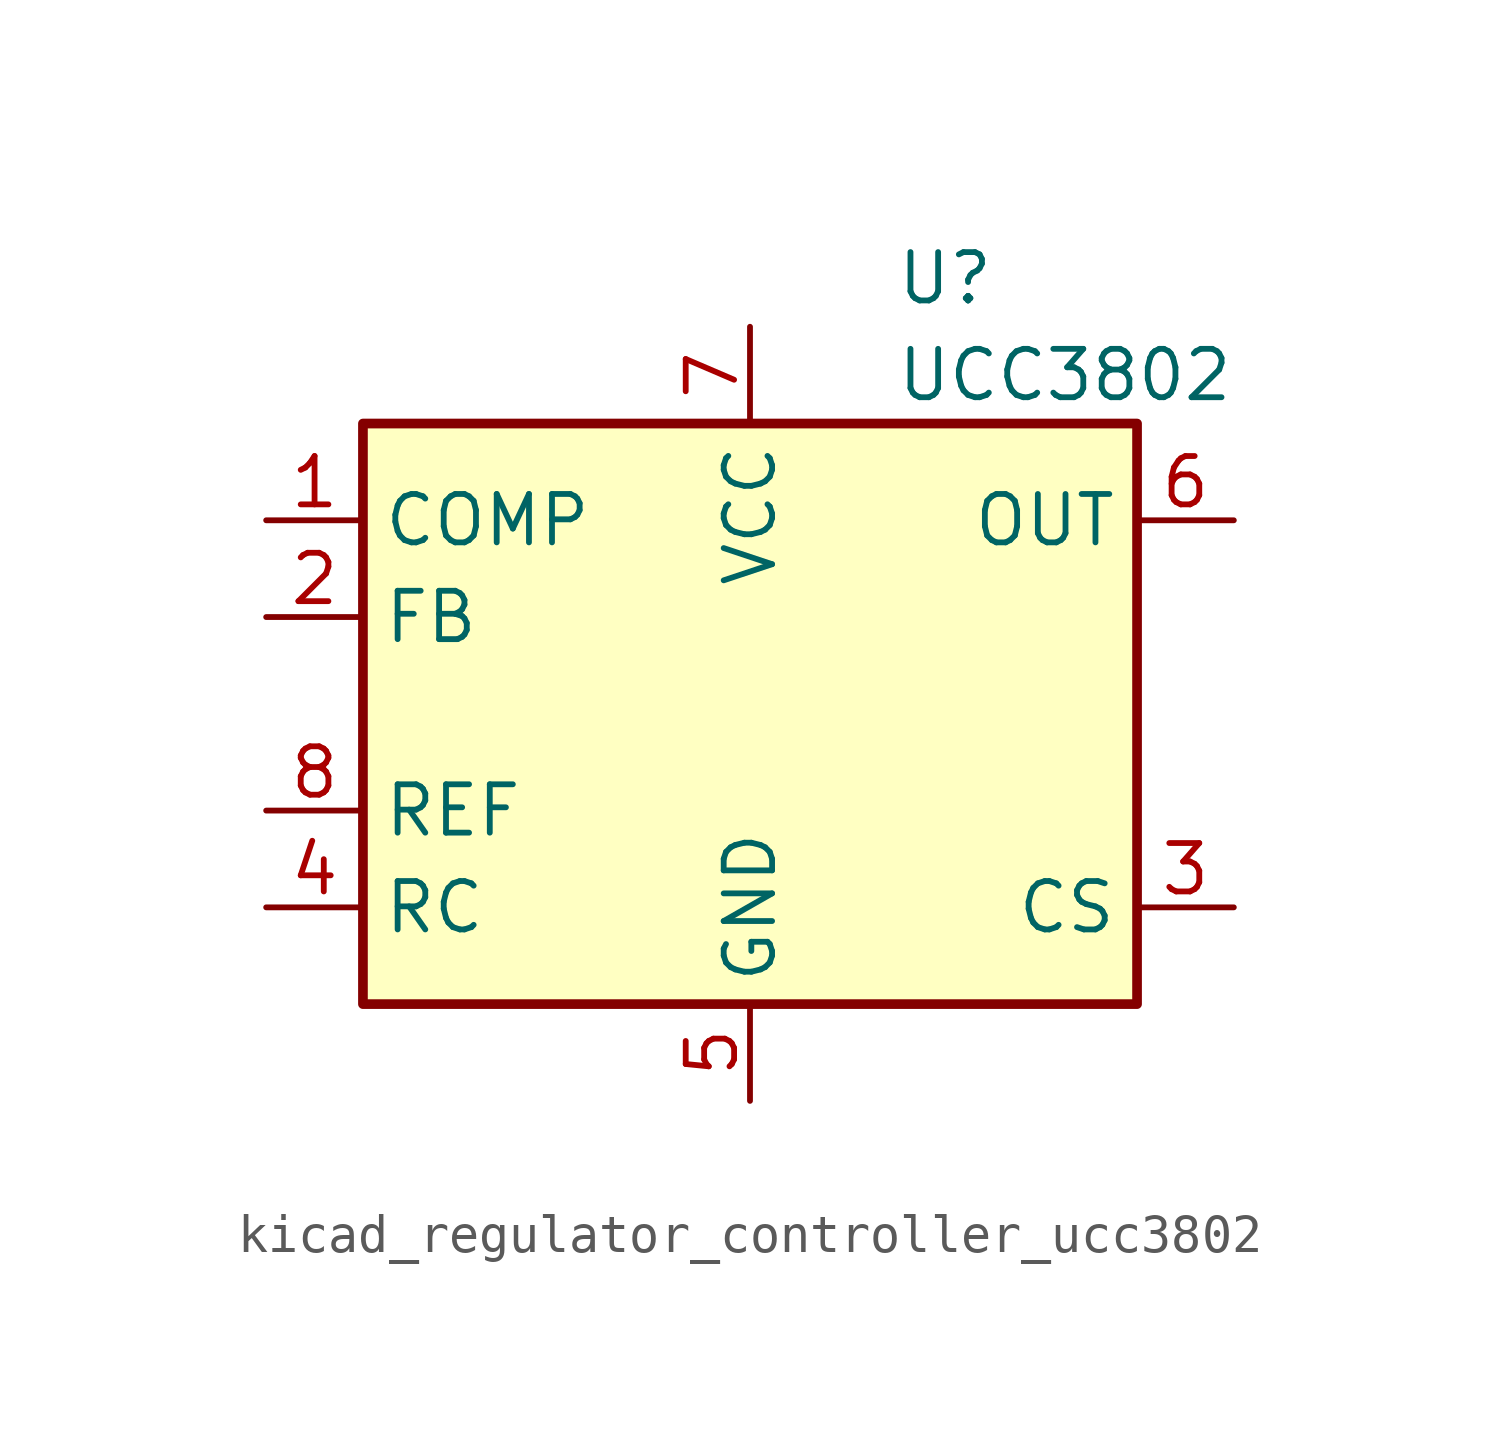
<source format=kicad_sym>
(kicad_symbol_lib
  (version 20220914)
  (generator kicad_symbol_editor)
  (symbol "kicad_regulator_controller_ucc3802"
    (property "Reference" "U"
      (at 3.81 11.43 0)
      (effects (font (size 1.27 1.27)) (justify left)))
    (property "Value" "UCC3802"
      (at 3.81 8.89 0)
      (effects (font (size 1.27 1.27)) (justify left)))
    (symbol "kicad_regulator_controller_ucc3802_0_1"
      (rectangle (start -10.16 -7.62) (end 10.16 7.62) (stroke (width 0.254) (type default)) (fill (type background))))
    (symbol "kicad_regulator_controller_ucc3802_1_1"
      (pin passive line (at -12.7 5.08 0) (length 2.54) (name "COMP" (effects (font (size 1.27 1.27)))) (number "1" (effects (font (size 1.27 1.27)))))
      (pin input line (at -12.7 2.54 0) (length 2.54) (name "FB" (effects (font (size 1.27 1.27)))) (number "2" (effects (font (size 1.27 1.27)))))
      (pin input line (at 12.7 -5.08 180) (length 2.54) (name "CS" (effects (font (size 1.27 1.27)))) (number "3" (effects (font (size 1.27 1.27)))))
      (pin passive line (at -12.7 -5.08 0) (length 2.54) (name "RC" (effects (font (size 1.27 1.27)))) (number "4" (effects (font (size 1.27 1.27)))))
      (pin power_in line (at 0 -10.16 90) (length 2.54) (name "GND" (effects (font (size 1.27 1.27)))) (number "5" (effects (font (size 1.27 1.27)))))
      (pin output line (at 12.7 5.08 180) (length 2.54) (name "OUT" (effects (font (size 1.27 1.27)))) (number "6" (effects (font (size 1.27 1.27)))))
      (pin power_in line (at 0 10.16 270) (length 2.54) (name "VCC" (effects (font (size 1.27 1.27)))) (number "7" (effects (font (size 1.27 1.27)))))
      (pin power_in line (at -12.7 -2.54 0) (length 2.54) (name "REF" (effects (font (size 1.27 1.27)))) (number "8" (effects (font (size 1.27 1.27))))))))
</source>
